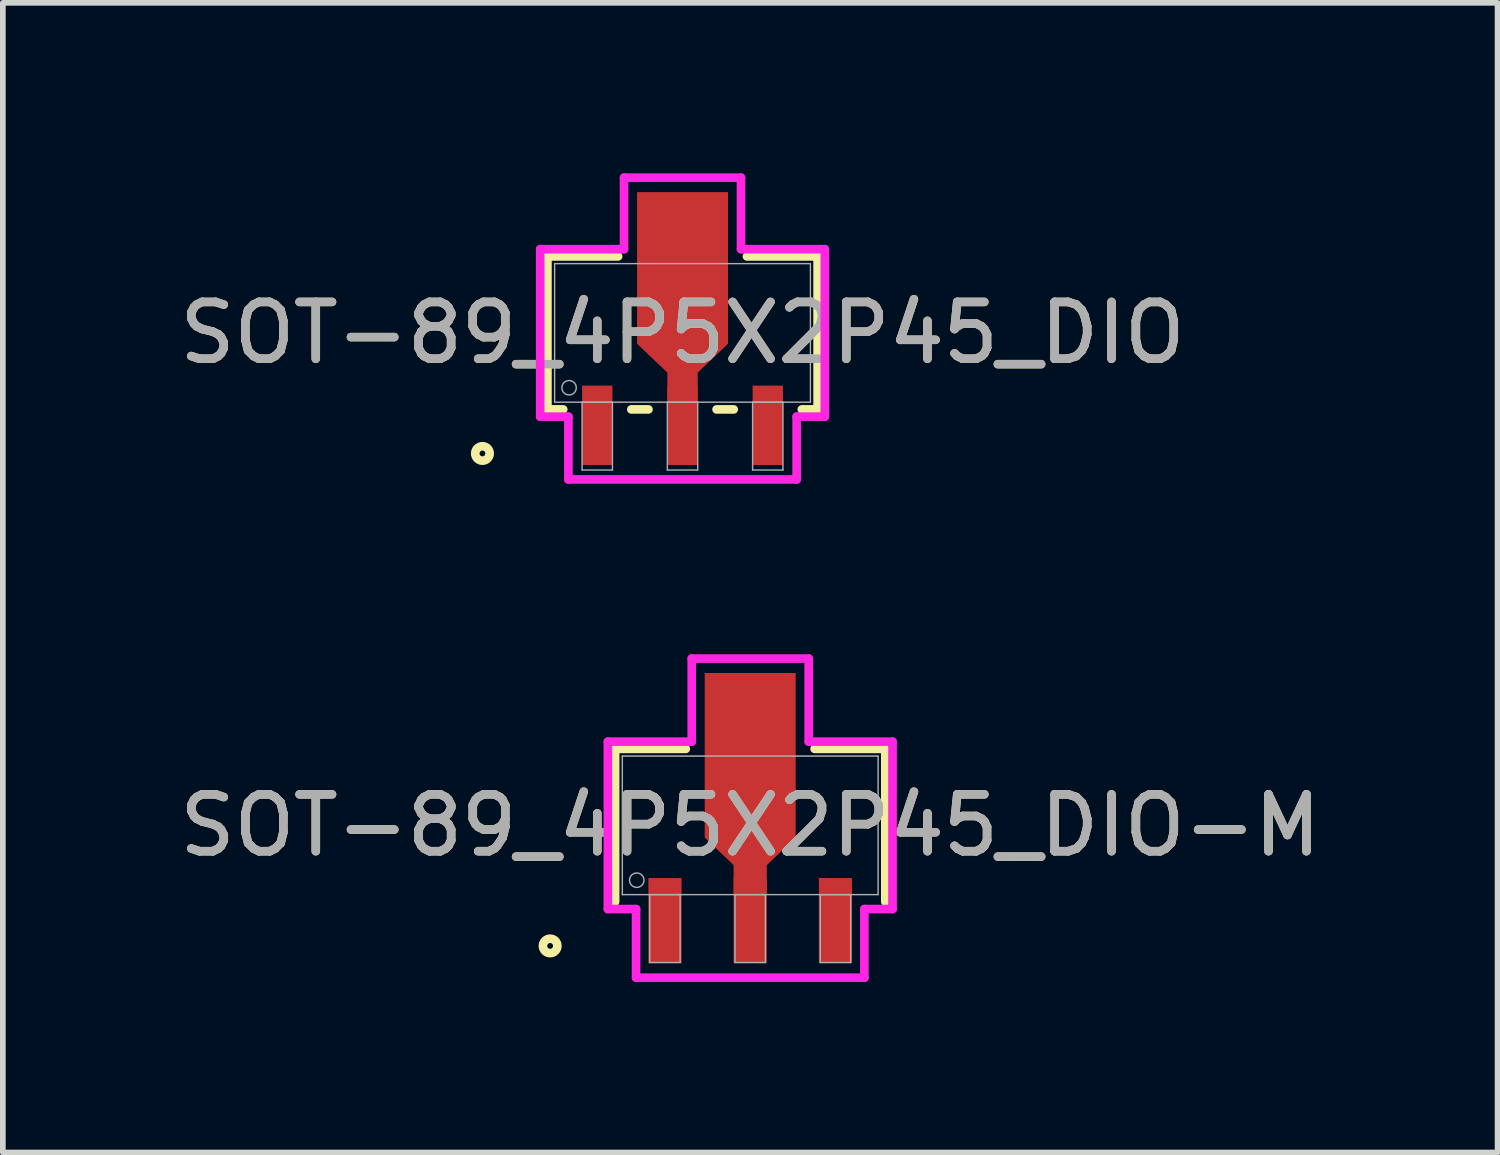
<source format=kicad_pcb>
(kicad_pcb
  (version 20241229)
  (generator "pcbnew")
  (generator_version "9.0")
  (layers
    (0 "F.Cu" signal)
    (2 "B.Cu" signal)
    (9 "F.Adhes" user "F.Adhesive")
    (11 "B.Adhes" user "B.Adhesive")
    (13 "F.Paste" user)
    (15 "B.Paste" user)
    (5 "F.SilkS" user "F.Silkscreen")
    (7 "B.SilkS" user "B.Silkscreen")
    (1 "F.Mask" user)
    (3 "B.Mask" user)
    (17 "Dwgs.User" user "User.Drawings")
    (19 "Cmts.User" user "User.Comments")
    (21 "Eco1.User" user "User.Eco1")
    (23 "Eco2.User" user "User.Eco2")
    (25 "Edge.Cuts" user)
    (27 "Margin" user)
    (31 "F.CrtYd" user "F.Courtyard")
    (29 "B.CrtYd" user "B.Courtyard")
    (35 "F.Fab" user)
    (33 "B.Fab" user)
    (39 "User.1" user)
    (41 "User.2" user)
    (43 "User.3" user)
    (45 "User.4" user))
  (footprint "SOT-89_4P5X2P45_DIO-M"
    (layer "F.Cu")
    (at 10.149 11.471)
    (property "Reference" "SOT-89_4P5X2P45_DIO-M" (at 0 0 0) (unlocked yes) (layer "F.SilkS") (effects (font (size 1 1) (thickness 0.15))))
    (attr smd)
    (fp_poly (pts (xy -0.292 1.219) (xy -0.292 0.699) (xy -0.8 0.216) (xy -0.8 -2.68) (xy -0.413 -2.68) (xy 0.413 -2.68) (xy 0.8 -2.68) (xy 0.8 0.216) (xy 0.292 0.699) (xy 0.292 1.219)) (stroke (width 0) (type solid)) (fill yes) (layer "F.Cu"))
    (fp_poly (pts (xy -0.292 1.219) (xy -0.292 0.699) (xy -0.8 0.216) (xy -0.8 -2.68) (xy 0.8 -2.68) (xy 0.8 0.216) (xy 0.292 0.699) (xy 0.292 1.219)) (stroke (width 0) (type solid)) (fill yes) (layer "F.Mask"))
    (fp_line (start -2.377 -1.346) (end -2.377 1.346) (stroke (width 0.152) (type solid)) (layer "F.SilkS"))
    (fp_line (start -1.133 -1.346) (end -2.377 -1.346) (stroke (width 0.152) (type solid)) (layer "F.SilkS"))
    (fp_line (start 2.377 -1.346) (end 1.133 -1.346) (stroke (width 0.152) (type solid)) (layer "F.SilkS"))
    (fp_line (start 2.377 1.346) (end 2.377 -1.346) (stroke (width 0.152) (type solid)) (layer "F.SilkS"))
    (fp_circle (center -3.52 2.121) (end -3.393 2.121) (stroke (width 0.152) (type solid)) (fill no) (layer "F.SilkS"))
    (fp_poly (pts (xy -0.292 1.219) (xy -0.292 0.699) (xy -0.8 0.216) (xy -0.8 -2.68) (xy 0.8 -2.68) (xy 0.8 0.216) (xy 0.292 0.699) (xy 0.292 1.219)) (stroke (width 0) (type solid)) (fill yes) (layer "F.Paste"))
    (fp_line (start -2.504 -1.473) (end -1.029 -1.473) (stroke (width 0.152) (type solid)) (layer "F.CrtYd"))
    (fp_line (start -2.504 1.473) (end -2.504 -1.473) (stroke (width 0.152) (type solid)) (layer "F.CrtYd"))
    (fp_line (start -2.008 1.473) (end -2.504 1.473) (stroke (width 0.152) (type solid)) (layer "F.CrtYd"))
    (fp_line (start -2.008 2.68) (end -2.008 1.473) (stroke (width 0.152) (type solid)) (layer "F.CrtYd"))
    (fp_line (start -1.029 -2.934) (end 1.029 -2.934) (stroke (width 0.152) (type solid)) (layer "F.CrtYd"))
    (fp_line (start -1.029 -1.473) (end -1.029 -2.934) (stroke (width 0.152) (type solid)) (layer "F.CrtYd"))
    (fp_line (start 1.029 -2.934) (end 1.029 -1.473) (stroke (width 0.152) (type solid)) (layer "F.CrtYd"))
    (fp_line (start 1.029 -1.473) (end 2.504 -1.473) (stroke (width 0.152) (type solid)) (layer "F.CrtYd"))
    (fp_line (start 2.008 1.473) (end 2.008 2.68) (stroke (width 0.152) (type solid)) (layer "F.CrtYd"))
    (fp_line (start 2.008 2.68) (end -2.008 2.68) (stroke (width 0.152) (type solid)) (layer "F.CrtYd"))
    (fp_line (start 2.504 -1.473) (end 2.504 1.473) (stroke (width 0.152) (type solid)) (layer "F.CrtYd"))
    (fp_line (start 2.504 1.473) (end 2.008 1.473) (stroke (width 0.152) (type solid)) (layer "F.CrtYd"))
    (fp_line (start -2.25 -1.219) (end -2.25 1.219) (stroke (width 0.025) (type solid)) (layer "F.Fab"))
    (fp_line (start -2.25 1.219) (end 2.25 1.219) (stroke (width 0.025) (type solid)) (layer "F.Fab"))
    (fp_line (start -1.767 1.219) (end -1.767 2.413) (stroke (width 0.025) (type solid)) (layer "F.Fab"))
    (fp_line (start -1.767 2.413) (end -1.233 2.413) (stroke (width 0.025) (type solid)) (layer "F.Fab"))
    (fp_line (start -1.233 1.219) (end -1.767 1.219) (stroke (width 0.025) (type solid)) (layer "F.Fab"))
    (fp_line (start -1.233 2.413) (end -1.233 1.219) (stroke (width 0.025) (type solid)) (layer "F.Fab"))
    (fp_line (start -0.267 1.219) (end -0.267 2.413) (stroke (width 0.025) (type solid)) (layer "F.Fab"))
    (fp_line (start -0.267 2.413) (end 0.267 2.413) (stroke (width 0.025) (type solid)) (layer "F.Fab"))
    (fp_line (start 0.267 1.219) (end -0.267 1.219) (stroke (width 0.025) (type solid)) (layer "F.Fab"))
    (fp_line (start 0.267 2.413) (end 0.267 1.219) (stroke (width 0.025) (type solid)) (layer "F.Fab"))
    (fp_line (start 1.233 1.219) (end 1.233 2.413) (stroke (width 0.025) (type solid)) (layer "F.Fab"))
    (fp_line (start 1.233 2.413) (end 1.767 2.413) (stroke (width 0.025) (type solid)) (layer "F.Fab"))
    (fp_line (start 1.767 1.219) (end 1.233 1.219) (stroke (width 0.025) (type solid)) (layer "F.Fab"))
    (fp_line (start 1.767 2.413) (end 1.767 1.219) (stroke (width 0.025) (type solid)) (layer "F.Fab"))
    (fp_line (start 2.25 -1.219) (end -2.25 -1.219) (stroke (width 0.025) (type solid)) (layer "F.Fab"))
    (fp_line (start 2.25 1.219) (end 2.25 -1.219) (stroke (width 0.025) (type solid)) (layer "F.Fab"))
    (fp_circle (center -1.996 0.965) (end -1.869 0.965) (stroke (width 0.025) (type solid)) (fill no) (layer "F.Fab"))
    (fp_text user "${REFERENCE}" (at 0 0 0) (unlocked yes) (layer "F.Fab") (effects (font (size 1 1) (thickness 0.15))))
    (pad "1" smd rect (at -1.5 1.676) (size 0.584 1.499) (layers "F.Cu" "F.Mask" "F.Paste"))
    (pad "2" smd rect (at 0 1.676) (size 0.584 1.499) (layers "F.Cu" "F.Mask" "F.Paste"))
    (pad "3" smd rect (at 1.5 1.676) (size 0.584 1.499) (layers "F.Cu" "F.Mask" "F.Paste")))
  (footprint "SOT-89_4P5X2P45_DIO"
    (layer "F.Cu")
    (at 8.958 2.807)
    (property "Reference" "SOT-89_4P5X2P45_DIO" (at 0 0 0) (unlocked yes) (layer "F.SilkS") (effects (font (size 1 1) (thickness 0.15))))
    (attr smd)
    (fp_poly (pts (xy -0.267 1.219) (xy -0.267 0.699) (xy -0.8 0.191) (xy -0.8 -2.477) (xy -0.413 -2.477) (xy 0.413 -2.477) (xy 0.8 -2.477) (xy 0.8 0.191) (xy 0.267 0.699) (xy 0.267 1.219)) (stroke (width 0) (type solid)) (fill yes) (layer "F.Cu"))
    (fp_poly (pts (xy -0.267 1.219) (xy -0.267 0.699) (xy -0.8 0.191) (xy -0.8 -2.477) (xy 0.8 -2.477) (xy 0.8 0.191) (xy 0.267 0.699) (xy 0.267 1.219)) (stroke (width 0) (type solid)) (fill yes) (layer "F.Mask"))
    (fp_line (start -2.377 -1.346) (end -2.377 1.346) (stroke (width 0.152) (type solid)) (layer "F.SilkS"))
    (fp_line (start -2.377 1.346) (end -2.099 1.346) (stroke (width 0.152) (type solid)) (layer "F.SilkS"))
    (fp_line (start -1.133 -1.346) (end -2.377 -1.346) (stroke (width 0.152) (type solid)) (layer "F.SilkS"))
    (fp_line (start -0.901 1.346) (end -0.599 1.346) (stroke (width 0.152) (type solid)) (layer "F.SilkS"))
    (fp_line (start 0.599 1.346) (end 0.901 1.346) (stroke (width 0.152) (type solid)) (layer "F.SilkS"))
    (fp_line (start 2.099 1.346) (end 2.377 1.346) (stroke (width 0.152) (type solid)) (layer "F.SilkS"))
    (fp_line (start 2.377 -1.346) (end 1.133 -1.346) (stroke (width 0.152) (type solid)) (layer "F.SilkS"))
    (fp_line (start 2.377 1.346) (end 2.377 -1.346) (stroke (width 0.152) (type solid)) (layer "F.SilkS"))
    (fp_circle (center -3.52 2.121) (end -3.393 2.121) (stroke (width 0.152) (type solid)) (fill no) (layer "F.SilkS"))
    (fp_poly (pts (xy -0.267 1.219) (xy -0.267 0.699) (xy -0.8 0.191) (xy -0.8 -2.477) (xy 0.8 -2.477) (xy 0.8 0.191) (xy 0.267 0.699) (xy 0.267 1.219)) (stroke (width 0) (type solid)) (fill yes) (layer "F.Paste"))
    (fp_line (start -2.504 -1.473) (end -1.029 -1.473) (stroke (width 0.152) (type solid)) (layer "F.CrtYd"))
    (fp_line (start -2.504 1.473) (end -2.504 -1.473) (stroke (width 0.152) (type solid)) (layer "F.CrtYd"))
    (fp_line (start -2.008 1.473) (end -2.504 1.473) (stroke (width 0.152) (type solid)) (layer "F.CrtYd"))
    (fp_line (start -2.008 2.578) (end -2.008 1.473) (stroke (width 0.152) (type solid)) (layer "F.CrtYd"))
    (fp_line (start -1.029 -2.731) (end 1.029 -2.731) (stroke (width 0.152) (type solid)) (layer "F.CrtYd"))
    (fp_line (start -1.029 -1.473) (end -1.029 -2.731) (stroke (width 0.152) (type solid)) (layer "F.CrtYd"))
    (fp_line (start 1.029 -2.731) (end 1.029 -1.473) (stroke (width 0.152) (type solid)) (layer "F.CrtYd"))
    (fp_line (start 1.029 -1.473) (end 2.504 -1.473) (stroke (width 0.152) (type solid)) (layer "F.CrtYd"))
    (fp_line (start 2.008 1.473) (end 2.008 2.578) (stroke (width 0.152) (type solid)) (layer "F.CrtYd"))
    (fp_line (start 2.008 2.578) (end -2.008 2.578) (stroke (width 0.152) (type solid)) (layer "F.CrtYd"))
    (fp_line (start 2.504 -1.473) (end 2.504 1.473) (stroke (width 0.152) (type solid)) (layer "F.CrtYd"))
    (fp_line (start 2.504 1.473) (end 2.008 1.473) (stroke (width 0.152) (type solid)) (layer "F.CrtYd"))
    (fp_line (start -2.25 -1.219) (end -2.25 1.219) (stroke (width 0.025) (type solid)) (layer "F.Fab"))
    (fp_line (start -2.25 1.219) (end 2.25 1.219) (stroke (width 0.025) (type solid)) (layer "F.Fab"))
    (fp_line (start -1.767 1.219) (end -1.767 2.413) (stroke (width 0.025) (type solid)) (layer "F.Fab"))
    (fp_line (start -1.767 2.413) (end -1.233 2.413) (stroke (width 0.025) (type solid)) (layer "F.Fab"))
    (fp_line (start -1.233 1.219) (end -1.767 1.219) (stroke (width 0.025) (type solid)) (layer "F.Fab"))
    (fp_line (start -1.233 2.413) (end -1.233 1.219) (stroke (width 0.025) (type solid)) (layer "F.Fab"))
    (fp_line (start -0.267 1.219) (end -0.267 2.413) (stroke (width 0.025) (type solid)) (layer "F.Fab"))
    (fp_line (start -0.267 2.413) (end 0.267 2.413) (stroke (width 0.025) (type solid)) (layer "F.Fab"))
    (fp_line (start 0.267 1.219) (end -0.267 1.219) (stroke (width 0.025) (type solid)) (layer "F.Fab"))
    (fp_line (start 0.267 2.413) (end 0.267 1.219) (stroke (width 0.025) (type solid)) (layer "F.Fab"))
    (fp_line (start 1.233 1.219) (end 1.233 2.413) (stroke (width 0.025) (type solid)) (layer "F.Fab"))
    (fp_line (start 1.233 2.413) (end 1.767 2.413) (stroke (width 0.025) (type solid)) (layer "F.Fab"))
    (fp_line (start 1.767 1.219) (end 1.233 1.219) (stroke (width 0.025) (type solid)) (layer "F.Fab"))
    (fp_line (start 1.767 2.413) (end 1.767 1.219) (stroke (width 0.025) (type solid)) (layer "F.Fab"))
    (fp_line (start 2.25 -1.219) (end -2.25 -1.219) (stroke (width 0.025) (type solid)) (layer "F.Fab"))
    (fp_line (start 2.25 1.219) (end 2.25 -1.219) (stroke (width 0.025) (type solid)) (layer "F.Fab"))
    (fp_circle (center -1.996 0.965) (end -1.869 0.965) (stroke (width 0.025) (type solid)) (fill no) (layer "F.Fab"))
    (fp_text user "${REFERENCE}" (at 0 0 0) (unlocked yes) (layer "F.Fab") (effects (font (size 1 1) (thickness 0.15))))
    (pad "1" smd rect (at -1.5 1.626) (size 0.533 1.397) (layers "F.Cu" "F.Mask" "F.Paste"))
    (pad "2" smd rect (at 0 1.626) (size 0.533 1.397) (layers "F.Cu" "F.Mask" "F.Paste"))
    (pad "3" smd rect (at 1.5 1.626) (size 0.533 1.397) (layers "F.Cu" "F.Mask" "F.Paste")))
  (gr_rect
    (start -3 -3)
    (end 23.298 17.227)
    (stroke (width 0.1) (type default))
    (fill no)
    (layer "Edge.Cuts")))
</source>
